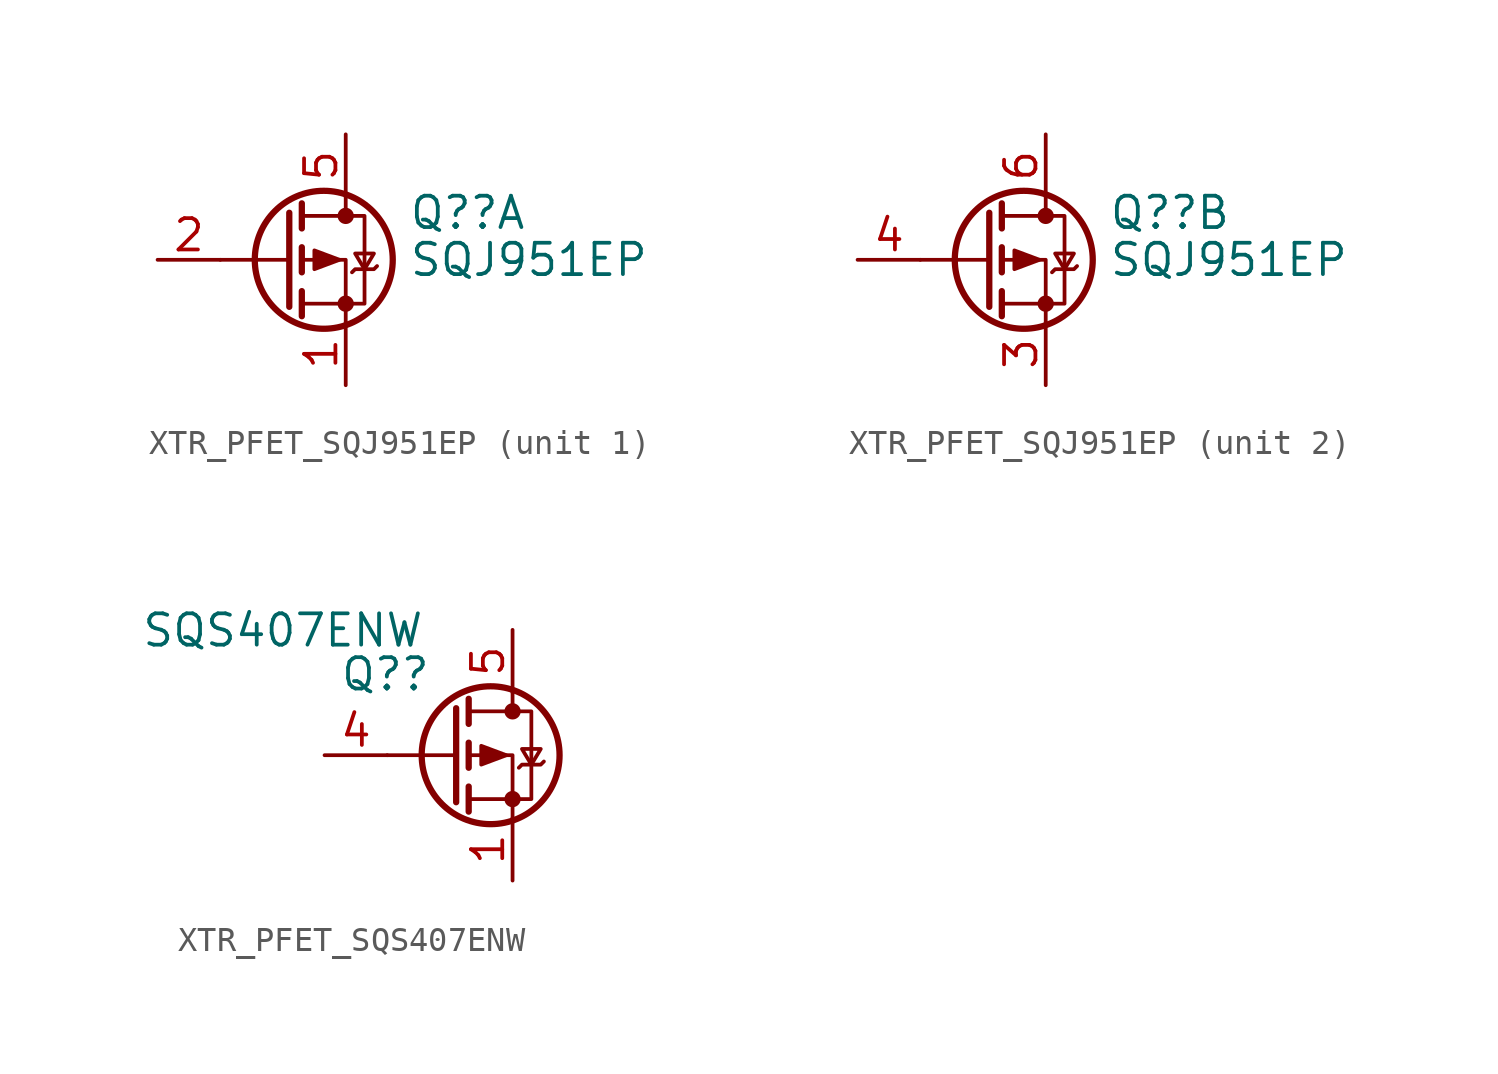
<source format=kicad_sym>
(kicad_symbol_lib
  (version 20231120)
  (generator "kicad_symbol_editor")
  (generator_version "8.0")
  (symbol "XTR_PFET_SQJ951EP"
    (pin_names hide)
    (property "Reference" "Q?"
      (at 5.08 1.905 0)
      (effects (font (size 1.27 1.27)) (justify left)))
    (property "Value" "SQJ951EP"
      (at 5.08 0 0)
      (effects (font (size 1.27 1.27)) (justify left)))
    (symbol "XTR_PFET_SQJ951EP_0_1"
      (polyline (pts (xy 0.254 0) (xy -2.54 0)) (stroke (width 0) (type default)) (fill (type none)))
      (polyline (pts (xy 0.254 1.905) (xy 0.254 -1.905)) (stroke (width 0.254) (type default)) (fill (type none)))
      (polyline (pts (xy 0.762 -1.27) (xy 0.762 -2.286)) (stroke (width 0.254) (type default)) (fill (type none)))
      (polyline (pts (xy 0.762 0.508) (xy 0.762 -0.508)) (stroke (width 0.254) (type default)) (fill (type none)))
      (polyline (pts (xy 0.762 2.286) (xy 0.762 1.27)) (stroke (width 0.254) (type default)) (fill (type none)))
      (polyline (pts (xy 2.54 2.54) (xy 2.54 1.778)) (stroke (width 0) (type default)) (fill (type none)))
      (polyline (pts (xy 2.54 -2.54) (xy 2.54 0) (xy 0.762 0)) (stroke (width 0) (type default)) (fill (type none)))
      (polyline (pts (xy 0.762 1.778) (xy 3.302 1.778) (xy 3.302 -1.778) (xy 0.762 -1.778)) (stroke (width 0) (type default)) (fill (type none)))
      (polyline (pts (xy 2.286 0) (xy 1.27 0.381) (xy 1.27 -0.381) (xy 2.286 0)) (stroke (width 0) (type default)) (fill (type outline)))
      (polyline (pts (xy 2.794 -0.508) (xy 2.921 -0.381) (xy 3.683 -0.381) (xy 3.81 -0.254)) (stroke (width 0) (type default)) (fill (type none)))
      (polyline (pts (xy 3.302 -0.381) (xy 2.921 0.254) (xy 3.683 0.254) (xy 3.302 -0.381)) (stroke (width 0) (type default)) (fill (type none)))
      (circle (center 1.651 0) (radius 2.794) (stroke (width 0.254) (type default)) (fill (type none)))
      (circle (center 2.54 -1.778) (radius 0.254) (stroke (width 0) (type default)) (fill (type outline)))
      (circle (center 2.54 1.778) (radius 0.254) (stroke (width 0) (type default)) (fill (type outline))))
    (symbol "XTR_PFET_SQJ951EP_1_1"
      (pin passive line (at 2.54 -5.08 90) (length 2.54) (name "S1" (effects (font (size 1.27 1.27)))) (number "1" (effects (font (size 1.27 1.27)))))
      (pin input line (at -5.08 0 0) (length 2.54) (name "G1" (effects (font (size 1.27 1.27)))) (number "2" (effects (font (size 1.27 1.27)))))
      (pin passive line (at 2.54 5.08 270) (length 2.54) (name "D1" (effects (font (size 1.27 1.27)))) (number "5" (effects (font (size 1.27 1.27))))))
    (symbol "XTR_PFET_SQJ951EP_2_1"
      (pin passive line (at 2.54 -5.08 90) (length 2.54) (name "S2" (effects (font (size 1.27 1.27)))) (number "3" (effects (font (size 1.27 1.27)))))
      (pin input line (at -5.08 0 0) (length 2.54) (name "G2" (effects (font (size 1.27 1.27)))) (number "4" (effects (font (size 1.27 1.27)))))
      (pin passive line (at 2.54 5.08 270) (length 2.54) (name "D2" (effects (font (size 1.27 1.27)))) (number "6" (effects (font (size 1.27 1.27)))))))
  (symbol "XTR_PFET_SQS407ENW"
    (pin_names hide)
    (property "Reference" "Q?"
      (at -0.762 2.54 0)
      (effects (font (size 1.27 1.27)) (justify right bottom)))
    (property "Value" "SQS407ENW"
      (at -1.016 4.318 0)
      (effects (font (size 1.27 1.27)) (justify right bottom)))
    (symbol "XTR_PFET_SQS407ENW_0_1"
      (polyline (pts (xy 0.254 0) (xy -2.54 0)) (stroke (width 0) (type default)) (fill (type none)))
      (polyline (pts (xy 0.254 1.905) (xy 0.254 -1.905)) (stroke (width 0.254) (type default)) (fill (type none)))
      (polyline (pts (xy 0.762 -1.27) (xy 0.762 -2.286)) (stroke (width 0.254) (type default)) (fill (type none)))
      (polyline (pts (xy 0.762 0.508) (xy 0.762 -0.508)) (stroke (width 0.254) (type default)) (fill (type none)))
      (polyline (pts (xy 0.762 2.286) (xy 0.762 1.27)) (stroke (width 0.254) (type default)) (fill (type none)))
      (polyline (pts (xy 2.54 2.54) (xy 2.54 1.778)) (stroke (width 0) (type default)) (fill (type none)))
      (polyline (pts (xy 2.54 -2.54) (xy 2.54 0) (xy 0.762 0)) (stroke (width 0) (type default)) (fill (type none)))
      (polyline (pts (xy 0.762 1.778) (xy 3.302 1.778) (xy 3.302 -1.778) (xy 0.762 -1.778)) (stroke (width 0) (type default)) (fill (type none)))
      (polyline (pts (xy 2.286 0) (xy 1.27 0.381) (xy 1.27 -0.381) (xy 2.286 0)) (stroke (width 0) (type default)) (fill (type outline)))
      (polyline (pts (xy 2.794 -0.508) (xy 2.921 -0.381) (xy 3.683 -0.381) (xy 3.81 -0.254)) (stroke (width 0) (type default)) (fill (type none)))
      (polyline (pts (xy 3.302 -0.381) (xy 2.921 0.254) (xy 3.683 0.254) (xy 3.302 -0.381)) (stroke (width 0) (type default)) (fill (type none)))
      (circle (center 1.651 0) (radius 2.794) (stroke (width 0.254) (type default)) (fill (type none)))
      (circle (center 2.54 -1.778) (radius 0.254) (stroke (width 0) (type default)) (fill (type outline)))
      (circle (center 2.54 1.778) (radius 0.254) (stroke (width 0) (type default)) (fill (type outline))))
    (symbol "XTR_PFET_SQS407ENW_1_1"
      (pin input line (at 2.54 -5.08 90) (length 2.54) (name "G" (effects (font (size 1.27 1.27)))) (number "1" (effects (font (size 1.27 1.27)))))
      (pin passive line (at 2.54 -5.08 90) (length 2.54) hide (name "S" (effects (font (size 1.27 1.27)))) (number "2" (effects (font (size 1.27 1.27)))))
      (pin input line (at 2.54 -5.08 90) (length 2.54) hide (name "G" (effects (font (size 1.27 1.27)))) (number "3" (effects (font (size 1.27 1.27)))))
      (pin input line (at -5.08 0 0) (length 2.54) (name "G" (effects (font (size 1.27 1.27)))) (number "4" (effects (font (size 1.27 1.27)))))
      (pin passive line (at 2.54 5.08 270) (length 2.54) (name "D" (effects (font (size 1.27 1.27)))) (number "5" (effects (font (size 1.27 1.27))))))))
</source>
